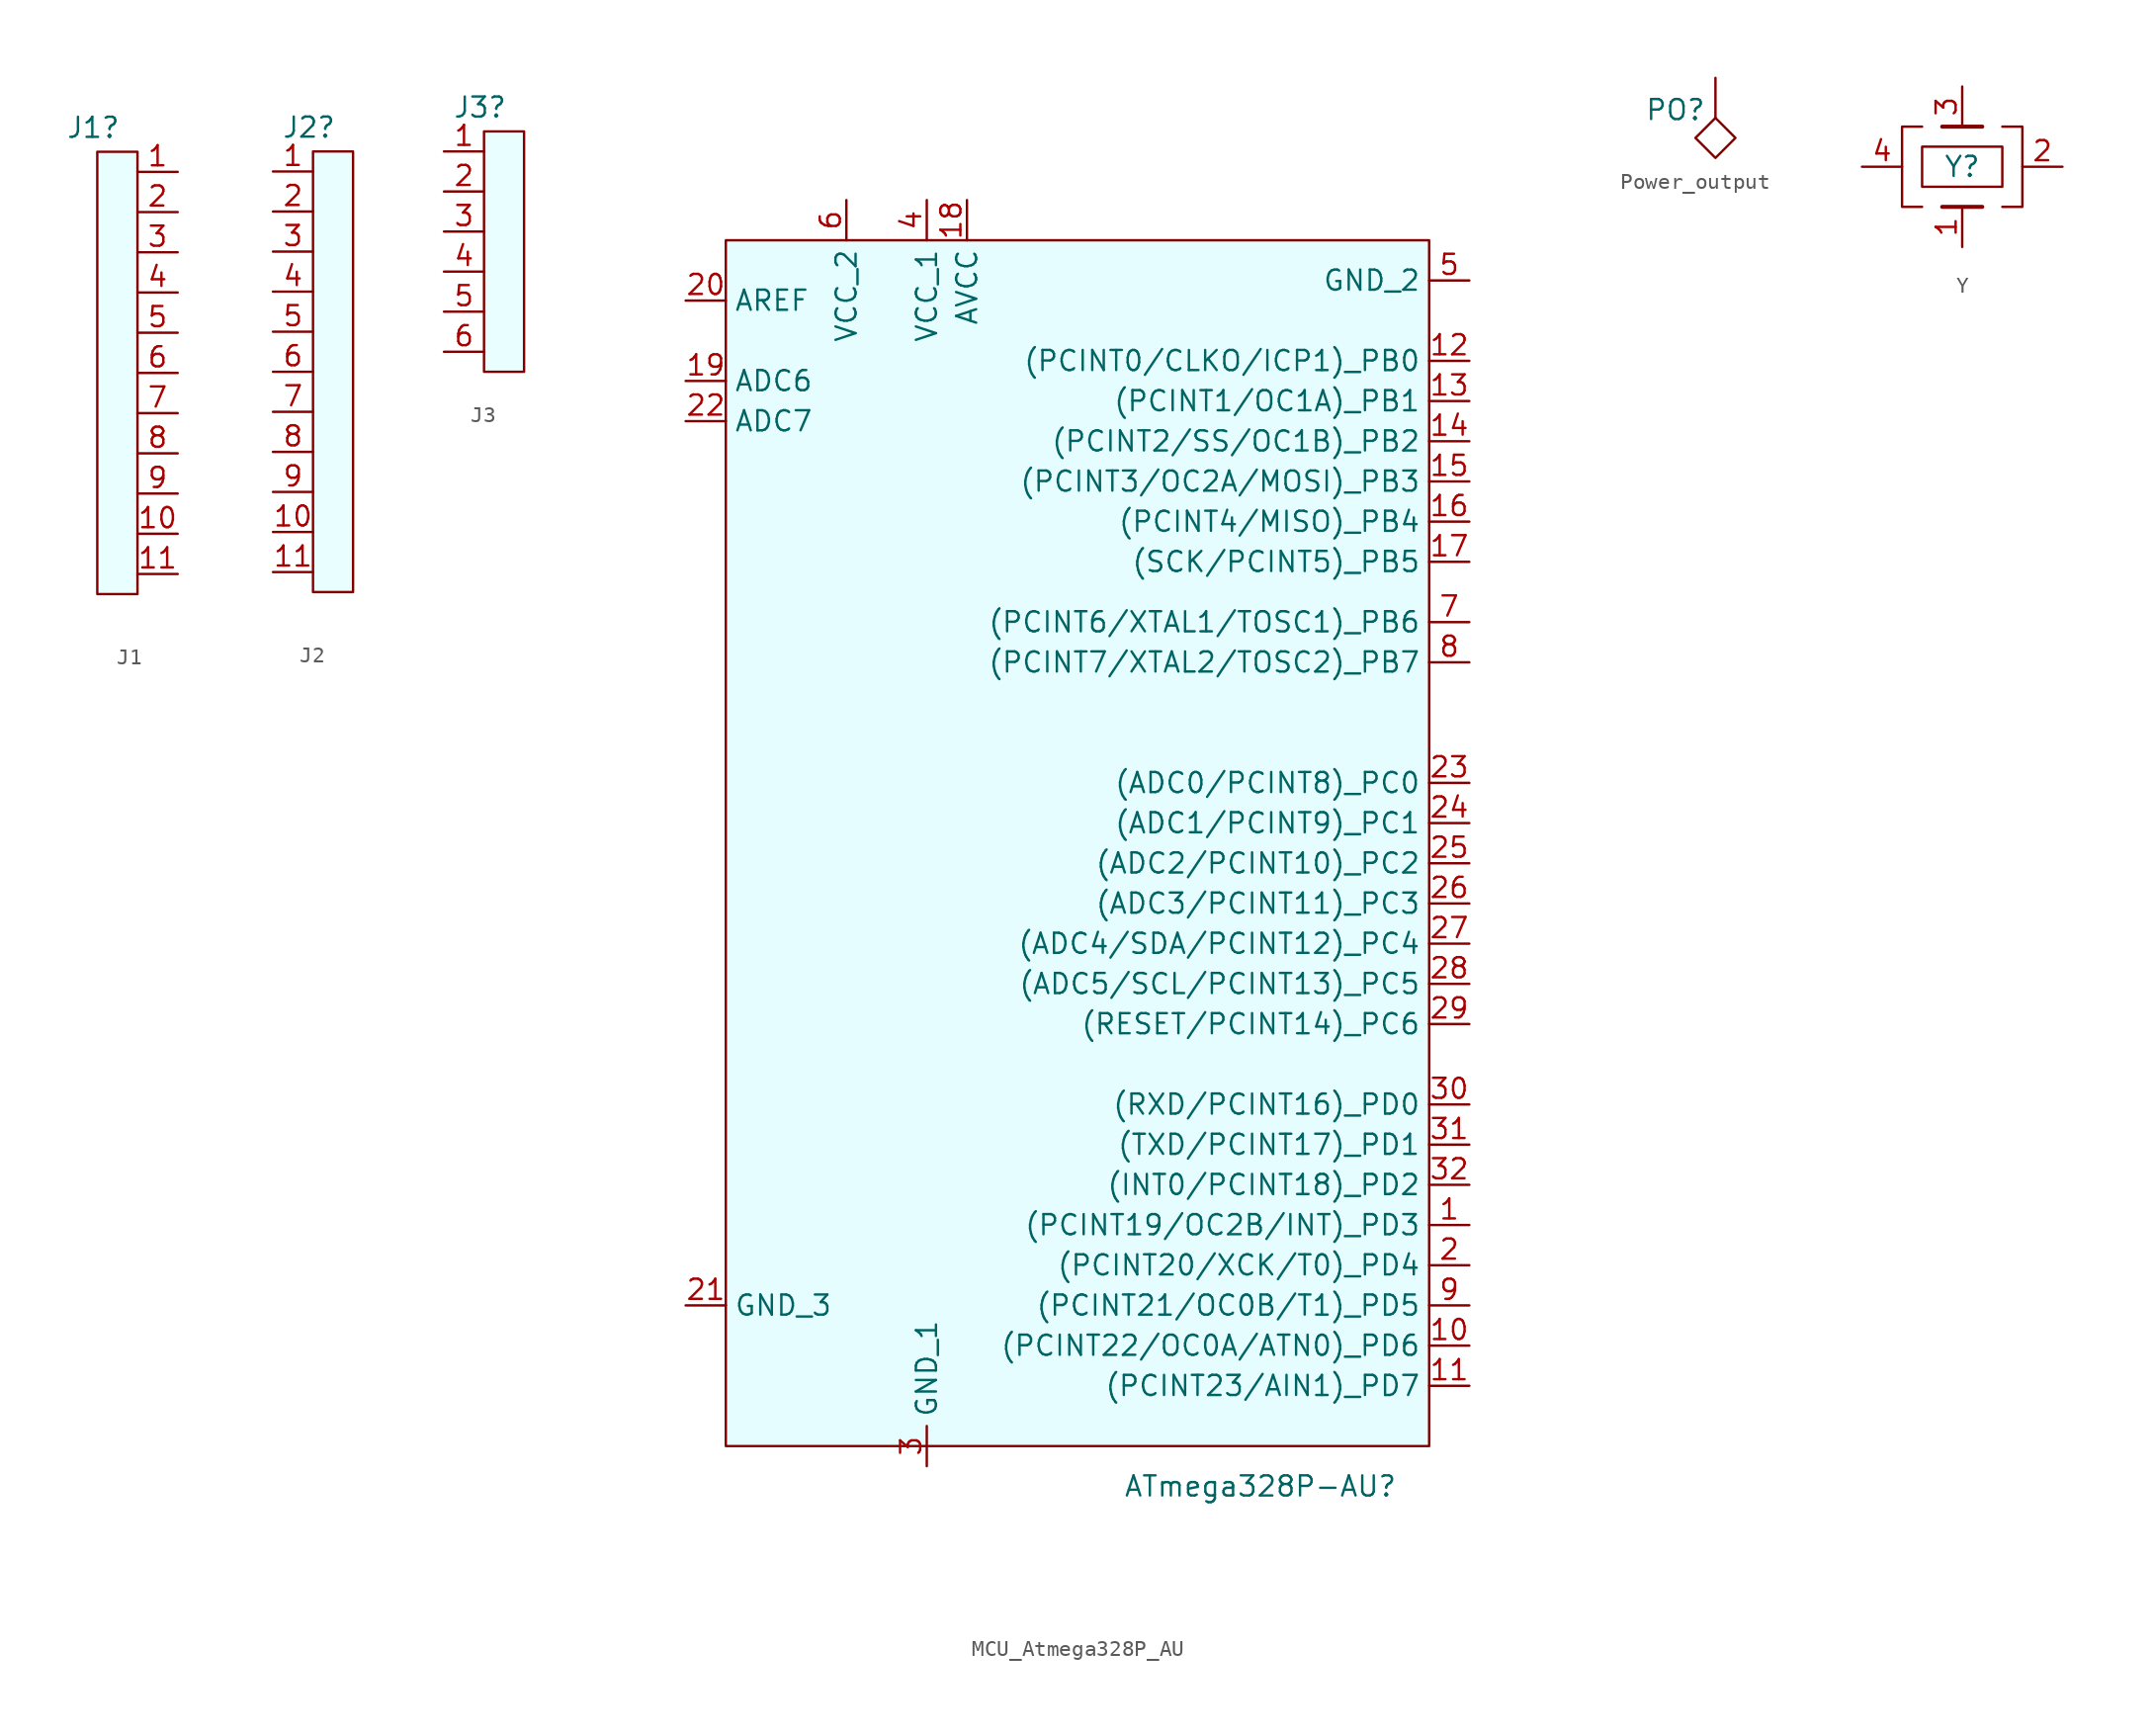
<source format=kicad_sym>
(kicad_symbol_lib
  (version 20241209)
  (generator "kicad_symbol_editor")
  (generator_version "9.0")
  (symbol "J1"
    (property "Reference" "J1"
      (at -2.794 6.604 0)
      (effects (font (size 1.27 1.27))))
    (property "Value" ""
      (at 0 0 0)
      (effects (font (size 1.27 1.27))))
    (symbol "J1_0_1"
      (rectangle (start -2.54 5.08) (end 0 -22.86) (stroke (width 0) (type default)) (fill (type color) (color 0 251 255 0.09))))
    (symbol "J1_1_0"
      (pin bidirectional line (at 2.54 -19.05 180) (length 2.54) (name "" (effects (font (size 1.27 1.27)))) (number "10" (effects (font (size 1.27 1.27)))))
      (pin bidirectional line (at 2.54 -21.59 180) (length 2.54) (name "" (effects (font (size 1.27 1.27)))) (number "11" (effects (font (size 1.27 1.27))))))
    (symbol "J1_1_1"
      (pin bidirectional line (at 2.54 3.81 180) (length 2.54) (name "" (effects (font (size 1.27 1.27)))) (number "1" (effects (font (size 1.27 1.27)))))
      (pin bidirectional line (at 2.54 1.27 180) (length 2.54) (name "" (effects (font (size 1.27 1.27)))) (number "2" (effects (font (size 1.27 1.27)))))
      (pin bidirectional line (at 2.54 -1.27 180) (length 2.54) (name "" (effects (font (size 1.27 1.27)))) (number "3" (effects (font (size 1.27 1.27)))))
      (pin bidirectional line (at 2.54 -3.81 180) (length 2.54) (name "" (effects (font (size 1.27 1.27)))) (number "4" (effects (font (size 1.27 1.27)))))
      (pin bidirectional line (at 2.54 -6.35 180) (length 2.54) (name "" (effects (font (size 1.27 1.27)))) (number "5" (effects (font (size 1.27 1.27)))))
      (pin bidirectional line (at 2.54 -8.89 180) (length 2.54) (name "" (effects (font (size 1.27 1.27)))) (number "6" (effects (font (size 1.27 1.27)))))
      (pin bidirectional line (at 2.54 -11.43 180) (length 2.54) (name "" (effects (font (size 1.27 1.27)))) (number "7" (effects (font (size 1.27 1.27)))))
      (pin bidirectional line (at 2.54 -13.97 180) (length 2.54) (name "" (effects (font (size 1.27 1.27)))) (number "8" (effects (font (size 1.27 1.27)))))
      (pin bidirectional line (at 2.54 -16.51 180) (length 2.54) (name "" (effects (font (size 1.27 1.27)))) (number "9" (effects (font (size 1.27 1.27)))))))
  (symbol "J2"
    (property "Reference" "J2"
      (at -2.794 6.604 0)
      (effects (font (size 1.27 1.27))))
    (property "Value" ""
      (at 0 0 0)
      (effects (font (size 1.27 1.27))))
    (symbol "J2_0_1"
      (rectangle (start -2.54 5.08) (end 0 -22.86) (stroke (width 0) (type default)) (fill (type color) (color 0 251 255 0.09))))
    (symbol "J2_1_0"
      (pin bidirectional line (at -5.08 -19.05 0) (length 2.54) (name "" (effects (font (size 1.27 1.27)))) (number "10" (effects (font (size 1.27 1.27)))))
      (pin bidirectional line (at -5.08 -21.59 0) (length 2.54) (name "" (effects (font (size 1.27 1.27)))) (number "11" (effects (font (size 1.27 1.27))))))
    (symbol "J2_1_1"
      (pin bidirectional line (at -5.08 3.81 0) (length 2.54) (name "" (effects (font (size 1.27 1.27)))) (number "1" (effects (font (size 1.27 1.27)))))
      (pin bidirectional line (at -5.08 1.27 0) (length 2.54) (name "" (effects (font (size 1.27 1.27)))) (number "2" (effects (font (size 1.27 1.27)))))
      (pin bidirectional line (at -5.08 -1.27 0) (length 2.54) (name "" (effects (font (size 1.27 1.27)))) (number "3" (effects (font (size 1.27 1.27)))))
      (pin bidirectional line (at -5.08 -3.81 0) (length 2.54) (name "" (effects (font (size 1.27 1.27)))) (number "4" (effects (font (size 1.27 1.27)))))
      (pin bidirectional line (at -5.08 -6.35 0) (length 2.54) (name "" (effects (font (size 1.27 1.27)))) (number "5" (effects (font (size 1.27 1.27)))))
      (pin bidirectional line (at -5.08 -8.89 0) (length 2.54) (name "" (effects (font (size 1.27 1.27)))) (number "6" (effects (font (size 1.27 1.27)))))
      (pin bidirectional line (at -5.08 -11.43 0) (length 2.54) (name "" (effects (font (size 1.27 1.27)))) (number "7" (effects (font (size 1.27 1.27)))))
      (pin bidirectional line (at -5.08 -13.97 0) (length 2.54) (name "" (effects (font (size 1.27 1.27)))) (number "8" (effects (font (size 1.27 1.27)))))
      (pin bidirectional line (at -5.08 -16.51 0) (length 2.54) (name "" (effects (font (size 1.27 1.27)))) (number "9" (effects (font (size 1.27 1.27)))))))
  (symbol "J3"
    (property "Reference" "J3"
      (at -2.794 6.604 0)
      (effects (font (size 1.27 1.27))))
    (property "Value" ""
      (at 0 0 0)
      (effects (font (size 1.27 1.27))))
    (symbol "J3_0_1"
      (rectangle (start -2.54 5.08) (end 0 -10.16) (stroke (width 0) (type default)) (fill (type color) (color 0 251 255 0.09))))
    (symbol "J3_1_1"
      (pin bidirectional line (at -5.08 3.81 0) (length 2.54) (name "" (effects (font (size 1.27 1.27)))) (number "1" (effects (font (size 1.27 1.27)))))
      (pin bidirectional line (at -5.08 1.27 0) (length 2.54) (name "" (effects (font (size 1.27 1.27)))) (number "2" (effects (font (size 1.27 1.27)))))
      (pin bidirectional line (at -5.08 -1.27 0) (length 2.54) (name "" (effects (font (size 1.27 1.27)))) (number "3" (effects (font (size 1.27 1.27)))))
      (pin bidirectional line (at -5.08 -3.81 0) (length 2.54) (name "" (effects (font (size 1.27 1.27)))) (number "4" (effects (font (size 1.27 1.27)))))
      (pin bidirectional line (at -5.08 -6.35 0) (length 2.54) (name "" (effects (font (size 1.27 1.27)))) (number "5" (effects (font (size 1.27 1.27)))))
      (pin bidirectional line (at -5.08 -8.89 0) (length 2.54) (name "" (effects (font (size 1.27 1.27)))) (number "6" (effects (font (size 1.27 1.27)))))))
  (symbol "MCU_Atmega328P_AU"
    (property "Reference" "ATmega328P-AU"
      (at 33.782 -78.74 0)
      (effects (font (size 1.27 1.27))))
    (property "Value" ""
      (at 17.78 -27.94 0)
      (effects (font (size 1.27 1.27))))
    (symbol "MCU_Atmega328P_AU_0_1"
      (rectangle (start 0 0) (end 44.45 -76.2) (stroke (width 0) (type default)) (fill (type color) (color 0 237 255 0.1))))
    (symbol "MCU_Atmega328P_AU_1_1"
      (pin passive line (at -2.54 -3.81 0) (length 2.54) (name "AREF" (effects (font (size 1.27 1.27)))) (number "20" (effects (font (size 1.27 1.27)))))
      (pin input line (at -2.54 -8.89 0) (length 2.54) (name "ADC6" (effects (font (size 1.27 1.27)))) (number "19" (effects (font (size 1.27 1.27)))))
      (pin input line (at -2.54 -11.43 0) (length 2.54) (name "ADC7" (effects (font (size 1.27 1.27)))) (number "22" (effects (font (size 1.27 1.27)))))
      (pin input line (at -2.54 -67.31 0) (length 2.54) (name "GND_3" (effects (font (size 1.27 1.27)))) (number "21" (effects (font (size 1.27 1.27)))))
      (pin power_in line (at 7.62 2.54 270) (length 2.54) (name "VCC_2" (effects (font (size 1.27 1.27)))) (number "6" (effects (font (size 1.27 1.27)))))
      (pin power_in line (at 12.7 2.54 270) (length 2.54) (name "VCC_1" (effects (font (size 1.27 1.27)))) (number "4" (effects (font (size 1.27 1.27)))))
      (pin power_in line (at 12.7 -77.47 90) (length 2.54) (name "GND_1" (effects (font (size 1.27 1.27)))) (number "3" (effects (font (size 1.27 1.27)))))
      (pin input line (at 15.24 2.54 270) (length 2.54) (name "AVCC" (effects (font (size 1.27 1.27)))) (number "18" (effects (font (size 1.27 1.27)))))
      (pin power_in line (at 46.99 -2.54 180) (length 2.54) (name "GND_2" (effects (font (size 1.27 1.27)))) (number "5" (effects (font (size 1.27 1.27)))))
      (pin bidirectional line (at 46.99 -7.62 180) (length 2.54) (name "(PCINT0/CLKO/ICP1)_PB0" (effects (font (size 1.27 1.27)))) (number "12" (effects (font (size 1.27 1.27)))))
      (pin bidirectional line (at 46.99 -10.16 180) (length 2.54) (name "(PCINT1/OC1A)_PB1" (effects (font (size 1.27 1.27)))) (number "13" (effects (font (size 1.27 1.27)))))
      (pin bidirectional line (at 46.99 -12.7 180) (length 2.54) (name "(PCINT2/SS/OC1B)_PB2" (effects (font (size 1.27 1.27)))) (number "14" (effects (font (size 1.27 1.27)))))
      (pin bidirectional line (at 46.99 -15.24 180) (length 2.54) (name "(PCINT3/OC2A/MOSI)_PB3" (effects (font (size 1.27 1.27)))) (number "15" (effects (font (size 1.27 1.27)))))
      (pin bidirectional line (at 46.99 -17.78 180) (length 2.54) (name "(PCINT4/MISO)_PB4" (effects (font (size 1.27 1.27)))) (number "16" (effects (font (size 1.27 1.27)))))
      (pin bidirectional line (at 46.99 -20.32 180) (length 2.54) (name "(SCK/PCINT5)_PB5" (effects (font (size 1.27 1.27)))) (number "17" (effects (font (size 1.27 1.27)))))
      (pin bidirectional line (at 46.99 -24.13 180) (length 2.54) (name "(PCINT6/XTAL1/TOSC1)_PB6" (effects (font (size 1.27 1.27)))) (number "7" (effects (font (size 1.27 1.27)))))
      (pin bidirectional line (at 46.99 -26.67 180) (length 2.54) (name "(PCINT7/XTAL2/TOSC2)_PB7" (effects (font (size 1.27 1.27)))) (number "8" (effects (font (size 1.27 1.27)))))
      (pin bidirectional line (at 46.99 -34.29 180) (length 2.54) (name "(ADC0/PCINT8)_PC0" (effects (font (size 1.27 1.27)))) (number "23" (effects (font (size 1.27 1.27)))))
      (pin bidirectional line (at 46.99 -36.83 180) (length 2.54) (name "(ADC1/PCINT9)_PC1" (effects (font (size 1.27 1.27)))) (number "24" (effects (font (size 1.27 1.27)))))
      (pin bidirectional line (at 46.99 -39.37 180) (length 2.54) (name "(ADC2/PCINT10)_PC2" (effects (font (size 1.27 1.27)))) (number "25" (effects (font (size 1.27 1.27)))))
      (pin bidirectional line (at 46.99 -41.91 180) (length 2.54) (name "(ADC3/PCINT11)_PC3" (effects (font (size 1.27 1.27)))) (number "26" (effects (font (size 1.27 1.27)))))
      (pin bidirectional line (at 46.99 -44.45 180) (length 2.54) (name "(ADC4/SDA/PCINT12)_PC4" (effects (font (size 1.27 1.27)))) (number "27" (effects (font (size 1.27 1.27)))))
      (pin bidirectional line (at 46.99 -46.99 180) (length 2.54) (name "(ADC5/SCL/PCINT13)_PC5" (effects (font (size 1.27 1.27)))) (number "28" (effects (font (size 1.27 1.27)))))
      (pin bidirectional line (at 46.99 -49.53 180) (length 2.54) (name "(RESET/PCINT14)_PC6" (effects (font (size 1.27 1.27)))) (number "29" (effects (font (size 1.27 1.27)))))
      (pin bidirectional line (at 46.99 -54.61 180) (length 2.54) (name "(RXD/PCINT16)_PD0" (effects (font (size 1.27 1.27)))) (number "30" (effects (font (size 1.27 1.27)))))
      (pin bidirectional line (at 46.99 -57.15 180) (length 2.54) (name "(TXD/PCINT17)_PD1" (effects (font (size 1.27 1.27)))) (number "31" (effects (font (size 1.27 1.27)))))
      (pin bidirectional line (at 46.99 -59.69 180) (length 2.54) (name "(INT0/PCINT18)_PD2" (effects (font (size 1.27 1.27)))) (number "32" (effects (font (size 1.27 1.27)))))
      (pin bidirectional line (at 46.99 -62.23 180) (length 2.54) (name "(PCINT19/OC2B/INT)_PD3" (effects (font (size 1.27 1.27)))) (number "1" (effects (font (size 1.27 1.27)))))
      (pin bidirectional line (at 46.99 -64.77 180) (length 2.54) (name "(PCINT20/XCK/T0)_PD4" (effects (font (size 1.27 1.27)))) (number "2" (effects (font (size 1.27 1.27)))))
      (pin bidirectional line (at 46.99 -67.31 180) (length 2.54) (name "(PCINT21/OC0B/T1)_PD5" (effects (font (size 1.27 1.27)))) (number "9" (effects (font (size 1.27 1.27)))))
      (pin bidirectional line (at 46.99 -69.85 180) (length 2.54) (name "(PCINT22/OC0A/ATN0)_PD6" (effects (font (size 1.27 1.27)))) (number "10" (effects (font (size 1.27 1.27)))))
      (pin bidirectional line (at 46.99 -72.39 180) (length 2.54) (name "(PCINT23/AIN1)_PD7" (effects (font (size 1.27 1.27)))) (number "11" (effects (font (size 1.27 1.27)))))))
  (symbol "Power_output"
    (power)
    (property "Reference" "PO"
      (at -2.54 -0.762 0)
      (effects (font (size 1.27 1.27))))
    (symbol "Power_output_0_1"
      (polyline (pts (xy 0 -1.27) (xy 1.27 -2.54) (xy 0 -3.81) (xy -1.27 -2.54) (xy 0 -1.27)) (stroke (width 0) (type default)) (fill (type none))))
    (symbol "Power_output_1_1"
      (pin power_out line (at 0 1.27 270) (length 2.54) (name "" (effects (font (size 1.27 1.27)))) (number "" (effects (font (size 1.27 1.27)))))))
  (symbol "Y"
    (property "Reference" "Y"
      (at 0 0 0)
      (effects (font (size 1.27 1.27))))
    (property "Value" ""
      (at 0 0 0)
      (effects (font (size 1.27 1.27))))
    (symbol "Y_0_1"
      (rectangle (start -2.54 1.27) (end 2.54 -1.27) (stroke (width 0) (type default)) (fill (type none)))
      (polyline (pts (xy -2.54 -2.54) (xy -3.81 -2.54) (xy -3.81 2.54) (xy -2.54 2.54)) (stroke (width 0) (type default)) (fill (type none)))
      (polyline (pts (xy -1.27 2.54) (xy 1.27 2.54)) (stroke (width 0.254) (type default)) (fill (type none)))
      (polyline (pts (xy -1.27 -2.54) (xy 1.27 -2.54)) (stroke (width 0.254) (type default)) (fill (type none)))
      (polyline (pts (xy 2.54 -2.54) (xy 3.81 -2.54) (xy 3.81 2.54) (xy 2.54 2.54)) (stroke (width 0) (type default)) (fill (type none))))
    (symbol "Y_1_1"
      (pin passive line (at -6.35 0 0) (length 2.54) (name "" (effects (font (size 1.27 1.27)))) (number "4" (effects (font (size 1.27 1.27)))))
      (pin passive line (at 0 5.08 270) (length 2.54) (name "" (effects (font (size 1.27 1.27)))) (number "3" (effects (font (size 1.27 1.27)))))
      (pin passive line (at 0 -5.08 90) (length 2.54) (name "" (effects (font (size 1.27 1.27)))) (number "1" (effects (font (size 1.27 1.27)))))
      (pin passive line (at 6.35 0 180) (length 2.54) (name "" (effects (font (size 1.27 1.27)))) (number "2" (effects (font (size 1.27 1.27))))))))
</source>
